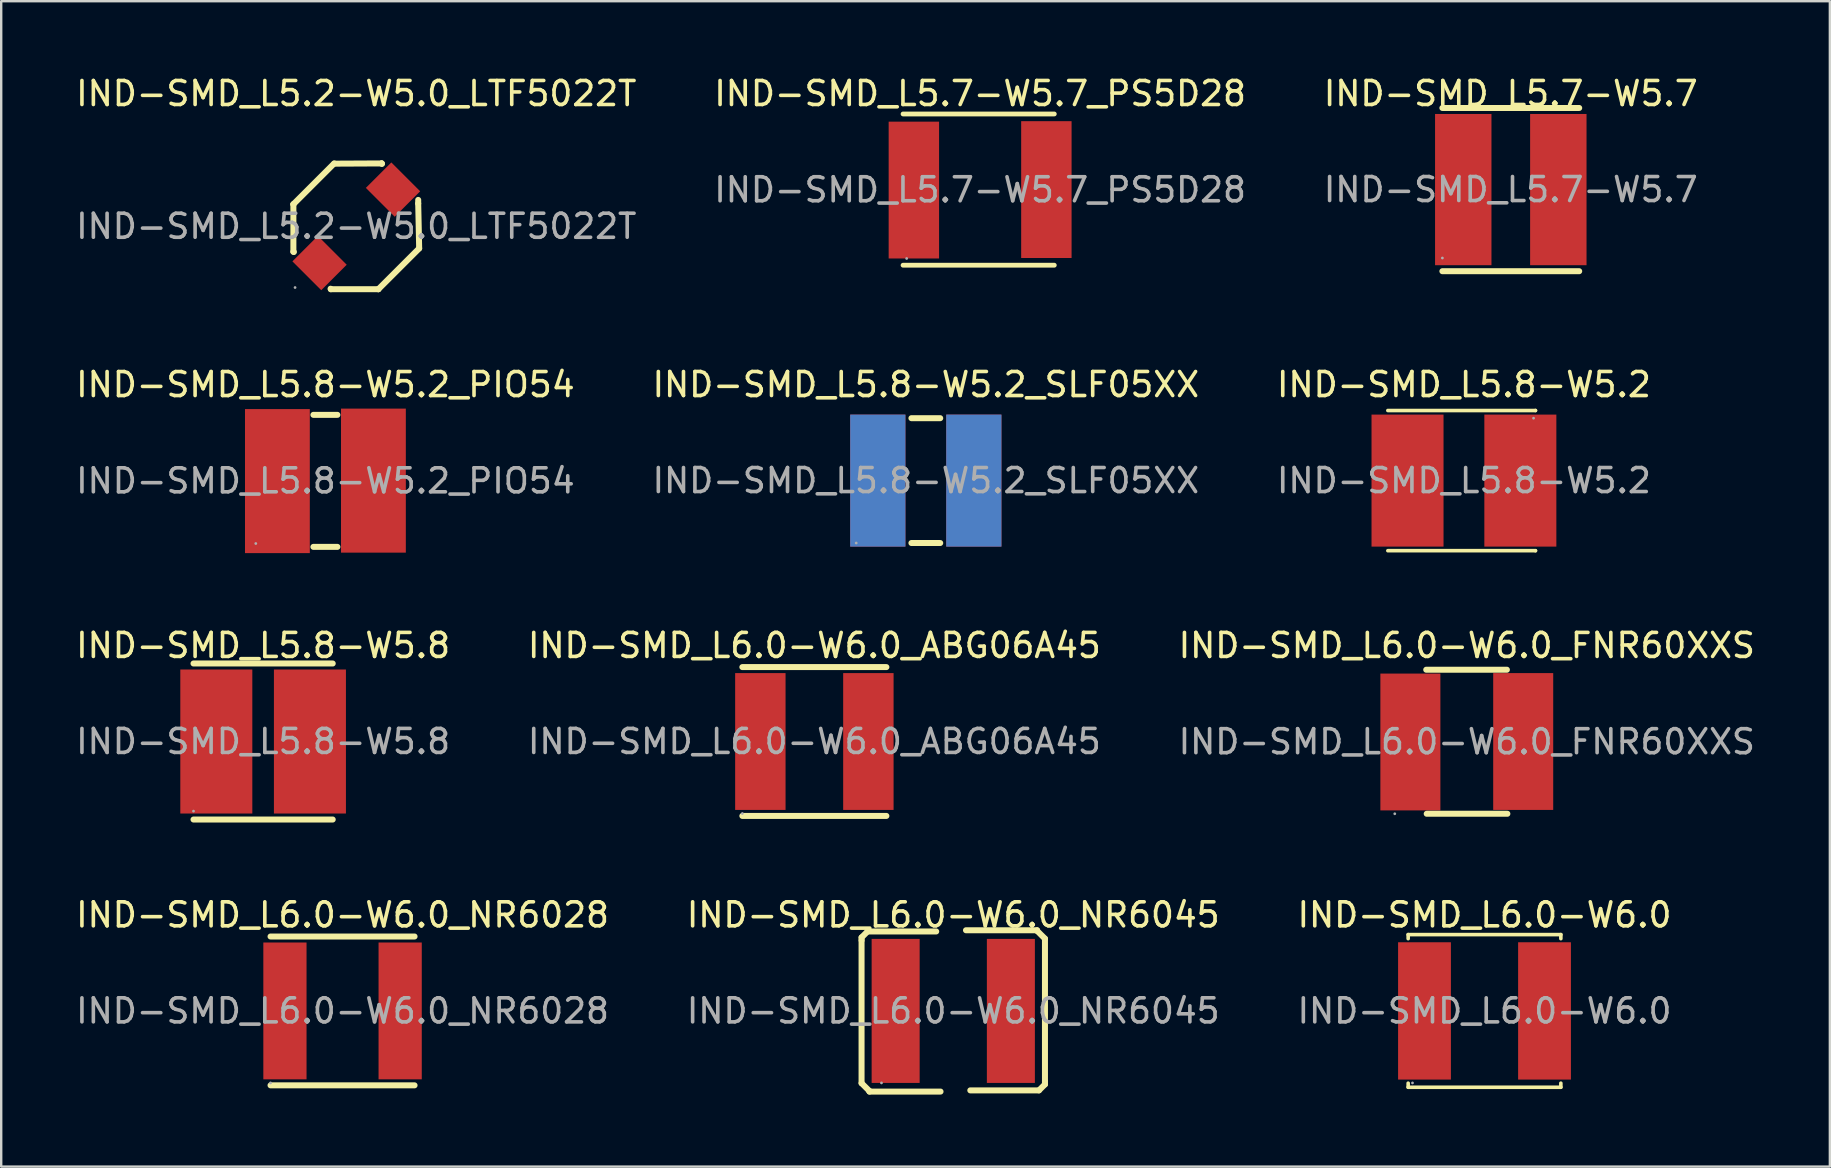
<source format=kicad_pcb>
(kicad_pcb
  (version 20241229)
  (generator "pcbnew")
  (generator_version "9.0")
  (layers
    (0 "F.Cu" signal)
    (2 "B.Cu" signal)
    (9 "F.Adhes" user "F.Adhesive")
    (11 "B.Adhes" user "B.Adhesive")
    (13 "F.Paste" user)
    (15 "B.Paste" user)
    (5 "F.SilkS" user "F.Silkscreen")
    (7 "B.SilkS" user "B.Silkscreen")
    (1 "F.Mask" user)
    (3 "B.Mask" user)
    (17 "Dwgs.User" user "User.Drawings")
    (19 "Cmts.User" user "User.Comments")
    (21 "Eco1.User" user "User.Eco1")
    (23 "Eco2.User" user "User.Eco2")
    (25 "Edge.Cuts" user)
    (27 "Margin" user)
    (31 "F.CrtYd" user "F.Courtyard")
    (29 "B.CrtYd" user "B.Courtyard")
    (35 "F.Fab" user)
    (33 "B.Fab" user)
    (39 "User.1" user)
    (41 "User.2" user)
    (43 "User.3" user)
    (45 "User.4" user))
  (footprint "IND-SMD_L5.7-W5.7_PS5D28"
    (layer "F.Cu")
    (at 37.78 4.858)
    (property "Reference" "IND-SMD_L5.7-W5.7_PS5D28" (at 0 -4.01 0) (layer "F.SilkS") (effects (font (size 1 1) (thickness 0.15))))
    (attr through_hole)
    (fp_line (start -3.21 -3.16) (end 3.09 -3.16) (stroke (width 0.2) (type solid)) (layer "F.SilkS"))
    (fp_line (start -3.21 3.14) (end 3.09 3.14) (stroke (width 0.2) (type solid)) (layer "F.SilkS"))
    (fp_circle (center -3.06 2.86) (end -3.03 2.86) (stroke (width 0.06) (type solid)) (fill no) (layer "F.Fab"))
    (fp_text user "${REFERENCE}" (at 0 0 0) (layer "F.Fab") (effects (font (size 1 1) (thickness 0.15))))
    (pad "1" smd rect (at -2.76 0.01 90) (size 5.7 2.1) (layers "F.Cu" "F.Mask" "F.Paste"))
    (pad "2" smd rect (at 2.76 -0.01 90) (size 5.7 2.1) (layers "F.Cu" "F.Mask" "F.Paste")))
  (footprint "IND-SMD_L6.0-W6.0_NR6028"
    (layer "F.Cu")
    (at 11.22 39.063)
    (property "Reference" "IND-SMD_L6.0-W6.0_NR6028" (at 0 -4 0) (layer "F.SilkS") (effects (font (size 1 1) (thickness 0.15))))
    (attr through_hole)
    (fp_line (start -3 -3.1) (end 3 -3.1) (stroke (width 0.25) (type solid)) (layer "F.SilkS"))
    (fp_line (start -3 3.1) (end 3 3.1) (stroke (width 0.25) (type solid)) (layer "F.SilkS"))
    (fp_circle (center -3 3) (end -2.97 3) (stroke (width 0.06) (type solid)) (fill no) (layer "F.Fab"))
    (fp_text user "${REFERENCE}" (at 0 0 0) (layer "F.Fab") (effects (font (size 1 1) (thickness 0.15))))
    (pad "1" smd rect (at -2.4 0) (size 1.8 5.7) (layers "F.Cu" "F.Mask" "F.Paste"))
    (pad "2" smd rect (at 2.4 0) (size 1.8 5.7) (layers "F.Cu" "F.Mask" "F.Paste")))
  (footprint "IND-SMD_L6.0-W6.0_ABG06A45"
    (layer "F.Cu")
    (at 30.875 27.84)
    (property "Reference" "IND-SMD_L6.0-W6.0_ABG06A45" (at 0 -4 0) (layer "F.SilkS") (effects (font (size 1 1) (thickness 0.15))))
    (attr through_hole)
    (fp_line (start -3 -3.1) (end 3 -3.1) (stroke (width 0.25) (type solid)) (layer "F.SilkS"))
    (fp_line (start -3 3.1) (end 3 3.1) (stroke (width 0.25) (type solid)) (layer "F.SilkS"))
    (fp_circle (center -3 3) (end -2.97 3) (stroke (width 0.06) (type solid)) (fill no) (layer "F.Fab"))
    (fp_text user "${REFERENCE}" (at 0 0 0) (layer "F.Fab") (effects (font (size 1 1) (thickness 0.15))))
    (pad "1" smd rect (at -2.25 0) (size 2.1 5.7) (layers "F.Cu" "F.Mask" "F.Paste"))
    (pad "2" smd rect (at 2.25 0) (size 2.1 5.7) (layers "F.Cu" "F.Mask" "F.Paste")))
  (footprint "IND-SMD_L5.8-W5.2_PIO54"
    (layer "F.Cu")
    (at 10.506 16.982)
    (property "Reference" "IND-SMD_L5.8-W5.2_PIO54" (at 0 -4.01 0) (layer "F.SilkS") (effects (font (size 1 1) (thickness 0.15))))
    (attr through_hole)
    (fp_line (start -0.5 -2.75) (end 0.5 -2.75) (stroke (width 0.25) (type solid)) (layer "F.SilkS"))
    (fp_line (start -0.5 2.75) (end 0.5 2.75) (stroke (width 0.25) (type solid)) (layer "F.SilkS"))
    (fp_circle (center -2.9 2.61) (end -2.87 2.61) (stroke (width 0.06) (type solid)) (fill no) (layer "F.Fab"))
    (fp_text user "${REFERENCE}" (at 0 0 0) (layer "F.Fab") (effects (font (size 1 1) (thickness 0.15))))
    (pad "1" smd rect (at -2 0.01 90) (size 6 2.7) (layers "F.Cu" "F.Mask" "F.Paste"))
    (pad "2" smd rect (at 2 -0.01 90) (size 6 2.7) (layers "F.Cu" "F.Mask" "F.Paste")))
  (footprint "IND-SMD_L6.0-W6.0"
    (layer "F.Cu")
    (at 58.792 39.063)
    (property "Reference" "IND-SMD_L6.0-W6.0" (at 0 -4 0) (layer "F.SilkS") (effects (font (size 1 1) (thickness 0.15))))
    (attr through_hole)
    (fp_line (start -3.18 -3.18) (end 3.18 -3.18) (stroke (width 0.15) (type solid)) (layer "F.SilkS"))
    (fp_line (start -3.18 -3.01) (end -3.18 -3.18) (stroke (width 0.15) (type solid)) (layer "F.SilkS"))
    (fp_line (start -3.18 3.01) (end -3.18 3.18) (stroke (width 0.15) (type solid)) (layer "F.SilkS"))
    (fp_line (start -3.18 3.18) (end 3.18 3.18) (stroke (width 0.15) (type solid)) (layer "F.SilkS"))
    (fp_line (start 3.18 -3.18) (end 3.18 -3.01) (stroke (width 0.15) (type solid)) (layer "F.SilkS"))
    (fp_line (start 3.18 3.18) (end 3.18 3.01) (stroke (width 0.15) (type solid)) (layer "F.SilkS"))
    (fp_circle (center -3 3) (end -2.97 3) (stroke (width 0.06) (type solid)) (fill no) (layer "F.Fab"))
    (fp_text user "${REFERENCE}" (at 0 0 0) (layer "F.Fab") (effects (font (size 1 1) (thickness 0.15))))
    (pad "1" smd rect (at -2.5 0) (size 2.2 5.72) (layers "F.Cu" "F.Mask" "F.Paste"))
    (pad "2" smd rect (at 2.5 0) (size 2.2 5.72) (layers "F.Cu" "F.Mask" "F.Paste")))
  (footprint "IND-SMD_L5.8-W5.8"
    (layer "F.Cu")
    (at 7.911 27.84)
    (property "Reference" "IND-SMD_L5.8-W5.8" (at 0 -4 0) (layer "F.SilkS") (effects (font (size 1 1) (thickness 0.15))))
    (attr through_hole)
    (fp_line (start -2.9 -3.25) (end 2.9 -3.25) (stroke (width 0.25) (type solid)) (layer "F.SilkS"))
    (fp_line (start -2.9 3.25) (end 2.9 3.25) (stroke (width 0.25) (type solid)) (layer "F.SilkS"))
    (fp_circle (center -2.9 2.9) (end -2.87 2.9) (stroke (width 0.06) (type solid)) (fill no) (layer "F.Fab"))
    (fp_text user "${REFERENCE}" (at 0 0 0) (layer "F.Fab") (effects (font (size 1 1) (thickness 0.15))))
    (pad "1" smd rect (at -1.95 0 90) (size 6 3) (layers "F.Cu" "F.Mask" "F.Paste"))
    (pad "2" smd rect (at 1.95 0 90) (size 6 3) (layers "F.Cu" "F.Mask" "F.Paste")))
  (footprint "IND-SMD_L6.0-W6.0_FNR60XXS"
    (layer "F.Cu")
    (at 58.054 27.85)
    (property "Reference" "IND-SMD_L6.0-W6.0_FNR60XXS" (at 0 -4.01 0) (layer "F.SilkS") (effects (font (size 1 1) (thickness 0.15))))
    (attr through_hole)
    (fp_line (start -1.69 -3) (end 1.67 -3) (stroke (width 0.25) (type solid)) (layer "F.SilkS"))
    (fp_line (start -1.67 3) (end 1.69 3) (stroke (width 0.25) (type solid)) (layer "F.SilkS"))
    (fp_circle (center -3 3) (end -2.97 3) (stroke (width 0.06) (type solid)) (fill no) (layer "F.Fab"))
    (fp_text user "${REFERENCE}" (at 0 0 0) (layer "F.Fab") (effects (font (size 1 1) (thickness 0.15))))
    (pad "1" smd rect (at -2.35 0.01) (size 2.5 5.7) (layers "F.Cu" "F.Mask" "F.Paste"))
    (pad "2" smd rect (at 2.35 -0.01) (size 2.5 5.7) (layers "F.Cu" "F.Mask" "F.Paste")))
  (footprint "IND-SMD_L5.8-W5.2"
    (layer "F.Cu")
    (at 57.935 16.971)
    (property "Reference" "IND-SMD_L5.8-W5.2" (at 0 -4 0) (layer "F.SilkS") (effects (font (size 1 1) (thickness 0.15))))
    (attr through_hole)
    (fp_line (start -3.17 -2.92) (end 2.98 -2.92) (stroke (width 0.15) (type solid)) (layer "F.SilkS"))
    (fp_line (start -3.17 2.92) (end 2.98 2.92) (stroke (width 0.15) (type solid)) (layer "F.SilkS"))
    (fp_line (start 2.98 -2.92) (end 2.98 -2.92) (stroke (width 0.15) (type solid)) (layer "F.SilkS"))
    (fp_line (start 2.98 2.92) (end 2.98 2.92) (stroke (width 0.15) (type solid)) (layer "F.SilkS"))
    (fp_circle (center 2.9 -2.6) (end 2.93 -2.6) (stroke (width 0.06) (type solid)) (fill no) (layer "F.Fab"))
    (fp_text user "${REFERENCE}" (at 0 0 0) (layer "F.Fab") (effects (font (size 1 1) (thickness 0.15))))
    (pad "1" smd rect (at 2.35 0) (size 3 5.5) (layers "F.Cu" "F.Mask" "F.Paste"))
    (pad "2" smd rect (at -2.35 0) (size 3 5.5) (layers "F.Cu" "F.Mask" "F.Paste")))
  (footprint "IND-SMD_L6.0-W6.0_NR6045"
    (layer "F.Cu")
    (at 36.661 39.063)
    (property "Reference" "IND-SMD_L6.0-W6.0_NR6045" (at 0 -4 0) (layer "F.SilkS") (effects (font (size 1 1) (thickness 0.15))))
    (attr through_hole)
    (fp_line (start -3.82 -3.06) (end -3.57 -3.31) (stroke (width 0.25) (type solid)) (layer "F.SilkS"))
    (fp_line (start -3.82 -2.94) (end -3.82 -3.06) (stroke (width 0.25) (type solid)) (layer "F.SilkS"))
    (fp_line (start -3.82 3.01) (end -3.82 -2.94) (stroke (width 0.25) (type solid)) (layer "F.SilkS"))
    (fp_line (start -3.57 -3.31) (end -0.71 -3.31) (stroke (width 0.25) (type solid)) (layer "F.SilkS"))
    (fp_line (start -3.49 3.34) (end -3.82 3.01) (stroke (width 0.25) (type solid)) (layer "F.SilkS"))
    (fp_line (start -3.49 3.36) (end -3.49 3.34) (stroke (width 0.25) (type solid)) (layer "F.SilkS"))
    (fp_line (start -0.53 3.36) (end -3.49 3.36) (stroke (width 0.25) (type solid)) (layer "F.SilkS"))
    (fp_line (start 0.53 -3.36) (end 3.49 -3.36) (stroke (width 0.25) (type solid)) (layer "F.SilkS"))
    (fp_line (start 3.49 -3.36) (end 3.49 -3.34) (stroke (width 0.25) (type solid)) (layer "F.SilkS"))
    (fp_line (start 3.49 -3.34) (end 3.82 -3.01) (stroke (width 0.25) (type solid)) (layer "F.SilkS"))
    (fp_line (start 3.57 3.31) (end 0.71 3.31) (stroke (width 0.25) (type solid)) (layer "F.SilkS"))
    (fp_line (start 3.82 -3.01) (end 3.82 2.94) (stroke (width 0.25) (type solid)) (layer "F.SilkS"))
    (fp_line (start 3.82 2.94) (end 3.82 3.06) (stroke (width 0.25) (type solid)) (layer "F.SilkS"))
    (fp_line (start 3.82 3.06) (end 3.57 3.31) (stroke (width 0.25) (type solid)) (layer "F.SilkS"))
    (fp_circle (center -2.99 3) (end -2.96 3) (stroke (width 0.06) (type solid)) (fill no) (layer "F.Fab"))
    (fp_text user "${REFERENCE}" (at 0 0 0) (layer "F.Fab") (effects (font (size 1 1) (thickness 0.15))))
    (pad "1" smd rect (at -2.4 0) (size 2 6) (layers "F.Cu" "F.Mask" "F.Paste"))
    (pad "2" smd rect (at 2.4 0) (size 2 6) (layers "F.Cu" "F.Mask" "F.Paste")))
  (footprint "IND-SMD_L5.7-W5.7"
    (layer "F.Cu")
    (at 59.887 4.848)
    (property "Reference" "IND-SMD_L5.7-W5.7" (at 0 -4 0) (layer "F.SilkS") (effects (font (size 1 1) (thickness 0.15))))
    (attr through_hole)
    (fp_line (start -2.85 -3.4) (end 2.85 -3.4) (stroke (width 0.25) (type solid)) (layer "F.SilkS"))
    (fp_line (start -2.85 3.4) (end 2.85 3.4) (stroke (width 0.25) (type solid)) (layer "F.SilkS"))
    (fp_circle (center -2.85 2.85) (end -2.82 2.85) (stroke (width 0.06) (type solid)) (fill no) (layer "F.Fab"))
    (fp_text user "${REFERENCE}" (at 0 0 0) (layer "F.Fab") (effects (font (size 1 1) (thickness 0.15))))
    (pad "1" smd rect (at -1.98 0 90) (size 6.3 2.35) (layers "F.Cu" "F.Mask" "F.Paste"))
    (pad "2" smd rect (at 1.98 0 90) (size 6.3 2.35) (layers "F.Cu" "F.Mask" "F.Paste")))
  (footprint "IND-SMD_L5.8-W5.2_SLF05XX"
    (layer "F.Cu")
    (at 35.518 16.971)
    (property "Reference" "IND-SMD_L5.8-W5.2_SLF05XX" (at 0 -4 0) (layer "F.SilkS") (effects (font (size 1 1) (thickness 0.15))))
    (attr through_hole)
    (fp_line (start -0.6 -2.6) (end 0.6 -2.6) (stroke (width 0.25) (type solid)) (layer "F.SilkS"))
    (fp_line (start -0.6 2.6) (end 0.6 2.6) (stroke (width 0.25) (type solid)) (layer "F.SilkS"))
    (fp_circle (center -2.9 2.6) (end -2.87 2.6) (stroke (width 0.06) (type solid)) (fill no) (layer "F.Fab"))
    (fp_text user "${REFERENCE}" (at 0 0 0) (layer "F.Fab") (effects (font (size 1 1) (thickness 0.15))))
    (pad "1" thru_hole rect (at -2 0 90) (size 5.5 2.3) (drill 0.001) (layers "F.Cu" "F.Mask" "F.Paste"))
    (pad "2" thru_hole rect (at 2 0 90) (size 5.5 2.3) (drill 0.001) (layers "F.Cu" "F.Mask" "F.Paste")))
  (footprint "IND-SMD_L5.2-W5.0_LTF5022T"
    (layer "F.Cu")
    (at 11.792 6.378)
    (property "Reference" "IND-SMD_L5.2-W5.0_LTF5022T" (at 0 -5.53 0) (layer "F.SilkS") (effects (font (size 1 1) (thickness 0.15))))
    (attr through_hole)
    (fp_line (start -2.62 -0.92) (end -2.62 -0.92) (stroke (width 0.25) (type solid)) (layer "F.SilkS"))
    (fp_line (start -2.62 -0.92) (end -0.92 -2.62) (stroke (width 0.25) (type solid)) (layer "F.SilkS"))
    (fp_line (start -2.62 1.06) (end -2.62 -0.92) (stroke (width 0.25) (type solid)) (layer "F.SilkS"))
    (fp_line (start -2.6 1.07) (end -2.62 1.06) (stroke (width 0.25) (type solid)) (layer "F.SilkS"))
    (fp_line (start -1.06 2.62) (end -1.07 2.6) (stroke (width 0.25) (type solid)) (layer "F.SilkS"))
    (fp_line (start -0.92 -2.61) (end 1.06 -2.62) (stroke (width 0.25) (type solid)) (layer "F.SilkS"))
    (fp_line (start 0.92 2.62) (end -1.06 2.62) (stroke (width 0.25) (type solid)) (layer "F.SilkS"))
    (fp_line (start 0.92 2.62) (end 0.92 2.62) (stroke (width 0.25) (type solid)) (layer "F.SilkS"))
    (fp_line (start 1.06 -2.62) (end 1.06 -2.62) (stroke (width 0.25) (type solid)) (layer "F.SilkS"))
    (fp_line (start 1.06 -2.62) (end 1.07 -2.6) (stroke (width 0.25) (type solid)) (layer "F.SilkS"))
    (fp_line (start 2.58 -1.1) (end 2.58 -0.95) (stroke (width 0.25) (type solid)) (layer "F.SilkS"))
    (fp_line (start 2.58 -0.95) (end 2.62 0.92) (stroke (width 0.25) (type solid)) (layer "F.SilkS"))
    (fp_line (start 2.62 0.92) (end 0.92 2.62) (stroke (width 0.25) (type solid)) (layer "F.SilkS"))
    (fp_circle (center -2.55 2.55) (end -2.52 2.55) (stroke (width 0.06) (type solid)) (fill no) (layer "F.Fab"))
    (fp_text user "${REFERENCE}" (at 0 0 0) (layer "F.Fab") (effects (font (size 1 1) (thickness 0.15))))
    (pad "1" smd rect (at -1.53 1.53 45) (size 1.5 1.7) (layers "F.Cu" "F.Mask" "F.Paste"))
    (pad "2" smd rect (at 1.53 -1.53 45) (size 1.5 1.7) (layers "F.Cu" "F.Mask" "F.Paste")))
  (gr_rect
    (start -3 -3)
    (end 73.179 45.548)
    (stroke (width 0.1) (type default))
    (fill no)
    (layer "Edge.Cuts")))
</source>
